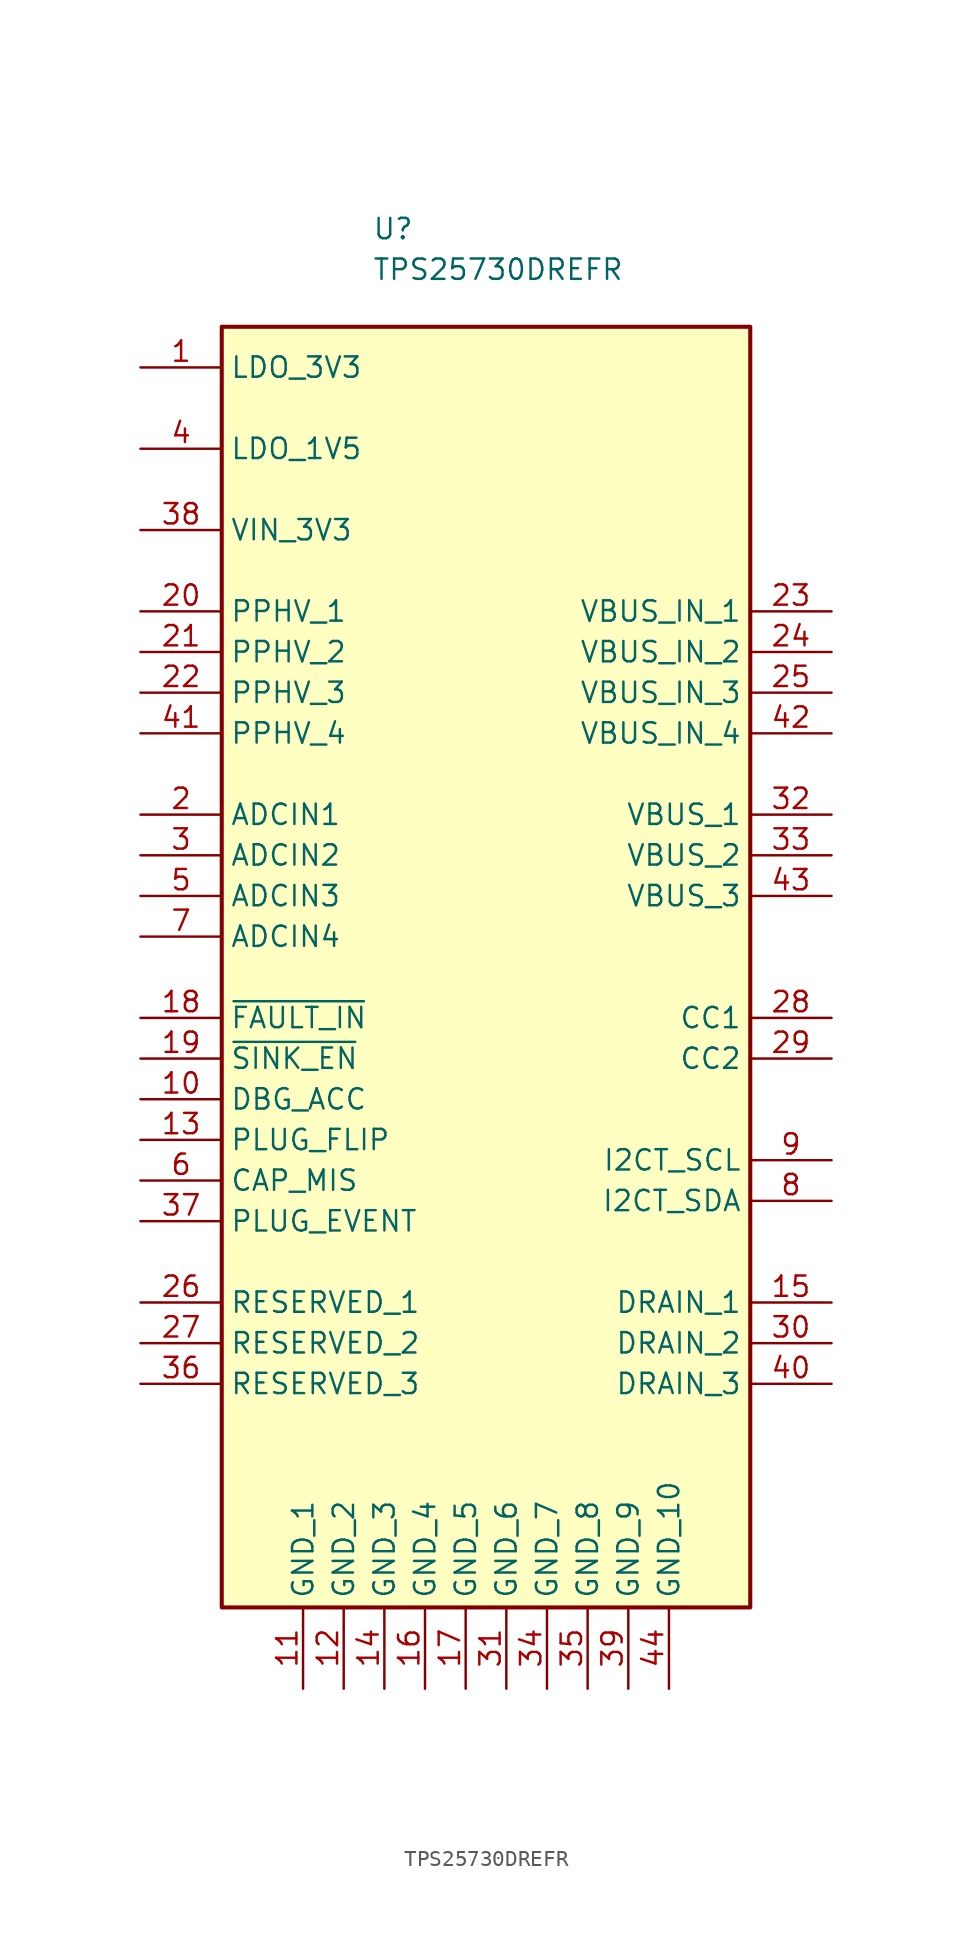
<source format=kicad_sym>
(kicad_symbol_lib
  (version 20231120)
  (generator "kicad_symbol_editor")
  (generator_version "8.0")
  (symbol "TPS25730DREFR"
    (property "Reference" "U"
      (at 14.478 6.858 0)
      (effects (font (size 1.27 1.27)) (justify left top)))
    (property "Value" "TPS25730DREFR"
      (at 14.478 4.318 0)
      (effects (font (size 1.27 1.27)) (justify left top)))
    (symbol "TPS25730DREFR_1_1"
      (rectangle (start 5.08 0) (end 38.1 -80.01) (stroke (width 0.254) (type default)) (fill (type background)))
      (pin passive line (at 0 -2.54 0) (length 5.08) (name "LDO_3V3" (effects (font (size 1.27 1.27)))) (number "1" (effects (font (size 1.27 1.27)))))
      (pin passive line (at 0 -48.26 0) (length 5.08) (name "DBG_ACC" (effects (font (size 1.27 1.27)))) (number "10" (effects (font (size 1.27 1.27)))))
      (pin passive line (at 10.16 -85.09 90) (length 5.08) (name "GND_1" (effects (font (size 1.27 1.27)))) (number "11" (effects (font (size 1.27 1.27)))))
      (pin passive line (at 12.7 -85.09 90) (length 5.08) (name "GND_2" (effects (font (size 1.27 1.27)))) (number "12" (effects (font (size 1.27 1.27)))))
      (pin passive line (at 0 -50.8 0) (length 5.08) (name "PLUG_FLIP" (effects (font (size 1.27 1.27)))) (number "13" (effects (font (size 1.27 1.27)))))
      (pin passive line (at 15.24 -85.09 90) (length 5.08) (name "GND_3" (effects (font (size 1.27 1.27)))) (number "14" (effects (font (size 1.27 1.27)))))
      (pin passive line (at 43.18 -60.96 180) (length 5.08) (name "DRAIN_1" (effects (font (size 1.27 1.27)))) (number "15" (effects (font (size 1.27 1.27)))))
      (pin passive line (at 17.78 -85.09 90) (length 5.08) (name "GND_4" (effects (font (size 1.27 1.27)))) (number "16" (effects (font (size 1.27 1.27)))))
      (pin passive line (at 20.32 -85.09 90) (length 5.08) (name "GND_5" (effects (font (size 1.27 1.27)))) (number "17" (effects (font (size 1.27 1.27)))))
      (pin passive line (at 0 -43.18 0) (length 5.08) (name "~{FAULT_IN}" (effects (font (size 1.27 1.27)))) (number "18" (effects (font (size 1.27 1.27)))))
      (pin passive line (at 0 -45.72 0) (length 5.08) (name "~{SINK_EN}" (effects (font (size 1.27 1.27)))) (number "19" (effects (font (size 1.27 1.27)))))
      (pin passive line (at 0 -30.48 0) (length 5.08) (name "ADCIN1" (effects (font (size 1.27 1.27)))) (number "2" (effects (font (size 1.27 1.27)))))
      (pin passive line (at 0 -17.78 0) (length 5.08) (name "PPHV_1" (effects (font (size 1.27 1.27)))) (number "20" (effects (font (size 1.27 1.27)))))
      (pin passive line (at 0 -20.32 0) (length 5.08) (name "PPHV_2" (effects (font (size 1.27 1.27)))) (number "21" (effects (font (size 1.27 1.27)))))
      (pin passive line (at 0 -22.86 0) (length 5.08) (name "PPHV_3" (effects (font (size 1.27 1.27)))) (number "22" (effects (font (size 1.27 1.27)))))
      (pin passive line (at 43.18 -17.78 180) (length 5.08) (name "VBUS_IN_1" (effects (font (size 1.27 1.27)))) (number "23" (effects (font (size 1.27 1.27)))))
      (pin passive line (at 43.18 -20.32 180) (length 5.08) (name "VBUS_IN_2" (effects (font (size 1.27 1.27)))) (number "24" (effects (font (size 1.27 1.27)))))
      (pin passive line (at 43.18 -22.86 180) (length 5.08) (name "VBUS_IN_3" (effects (font (size 1.27 1.27)))) (number "25" (effects (font (size 1.27 1.27)))))
      (pin passive line (at 0 -60.96 0) (length 5.08) (name "RESERVED_1" (effects (font (size 1.27 1.27)))) (number "26" (effects (font (size 1.27 1.27)))))
      (pin passive line (at 0 -63.5 0) (length 5.08) (name "RESERVED_2" (effects (font (size 1.27 1.27)))) (number "27" (effects (font (size 1.27 1.27)))))
      (pin passive line (at 43.18 -43.18 180) (length 5.08) (name "CC1" (effects (font (size 1.27 1.27)))) (number "28" (effects (font (size 1.27 1.27)))))
      (pin passive line (at 43.18 -45.72 180) (length 5.08) (name "CC2" (effects (font (size 1.27 1.27)))) (number "29" (effects (font (size 1.27 1.27)))))
      (pin passive line (at 0 -33.02 0) (length 5.08) (name "ADCIN2" (effects (font (size 1.27 1.27)))) (number "3" (effects (font (size 1.27 1.27)))))
      (pin passive line (at 43.18 -63.5 180) (length 5.08) (name "DRAIN_2" (effects (font (size 1.27 1.27)))) (number "30" (effects (font (size 1.27 1.27)))))
      (pin passive line (at 22.86 -85.09 90) (length 5.08) (name "GND_6" (effects (font (size 1.27 1.27)))) (number "31" (effects (font (size 1.27 1.27)))))
      (pin passive line (at 43.18 -30.48 180) (length 5.08) (name "VBUS_1" (effects (font (size 1.27 1.27)))) (number "32" (effects (font (size 1.27 1.27)))))
      (pin passive line (at 43.18 -33.02 180) (length 5.08) (name "VBUS_2" (effects (font (size 1.27 1.27)))) (number "33" (effects (font (size 1.27 1.27)))))
      (pin passive line (at 25.4 -85.09 90) (length 5.08) (name "GND_7" (effects (font (size 1.27 1.27)))) (number "34" (effects (font (size 1.27 1.27)))))
      (pin passive line (at 27.94 -85.09 90) (length 5.08) (name "GND_8" (effects (font (size 1.27 1.27)))) (number "35" (effects (font (size 1.27 1.27)))))
      (pin passive line (at 0 -66.04 0) (length 5.08) (name "RESERVED_3" (effects (font (size 1.27 1.27)))) (number "36" (effects (font (size 1.27 1.27)))))
      (pin passive line (at 0 -55.88 0) (length 5.08) (name "PLUG_EVENT" (effects (font (size 1.27 1.27)))) (number "37" (effects (font (size 1.27 1.27)))))
      (pin passive line (at 0 -12.7 0) (length 5.08) (name "VIN_3V3" (effects (font (size 1.27 1.27)))) (number "38" (effects (font (size 1.27 1.27)))))
      (pin passive line (at 30.48 -85.09 90) (length 5.08) (name "GND_9" (effects (font (size 1.27 1.27)))) (number "39" (effects (font (size 1.27 1.27)))))
      (pin passive line (at 0 -7.62 0) (length 5.08) (name "LDO_1V5" (effects (font (size 1.27 1.27)))) (number "4" (effects (font (size 1.27 1.27)))))
      (pin passive line (at 43.18 -66.04 180) (length 5.08) (name "DRAIN_3" (effects (font (size 1.27 1.27)))) (number "40" (effects (font (size 1.27 1.27)))))
      (pin passive line (at 0 -25.4 0) (length 5.08) (name "PPHV_4" (effects (font (size 1.27 1.27)))) (number "41" (effects (font (size 1.27 1.27)))))
      (pin passive line (at 43.18 -25.4 180) (length 5.08) (name "VBUS_IN_4" (effects (font (size 1.27 1.27)))) (number "42" (effects (font (size 1.27 1.27)))))
      (pin passive line (at 43.18 -35.56 180) (length 5.08) (name "VBUS_3" (effects (font (size 1.27 1.27)))) (number "43" (effects (font (size 1.27 1.27)))))
      (pin passive line (at 33.02 -85.09 90) (length 5.08) (name "GND_10" (effects (font (size 1.27 1.27)))) (number "44" (effects (font (size 1.27 1.27)))))
      (pin passive line (at 0 -35.56 0) (length 5.08) (name "ADCIN3" (effects (font (size 1.27 1.27)))) (number "5" (effects (font (size 1.27 1.27)))))
      (pin passive line (at 0 -53.34 0) (length 5.08) (name "CAP_MIS" (effects (font (size 1.27 1.27)))) (number "6" (effects (font (size 1.27 1.27)))))
      (pin passive line (at 0 -38.1 0) (length 5.08) (name "ADCIN4" (effects (font (size 1.27 1.27)))) (number "7" (effects (font (size 1.27 1.27)))))
      (pin passive line (at 43.18 -54.61 180) (length 5.08) (name "I2CT_SDA" (effects (font (size 1.27 1.27)))) (number "8" (effects (font (size 1.27 1.27)))))
      (pin passive line (at 43.18 -52.07 180) (length 5.08) (name "I2CT_SCL" (effects (font (size 1.27 1.27)))) (number "9" (effects (font (size 1.27 1.27))))))))
</source>
